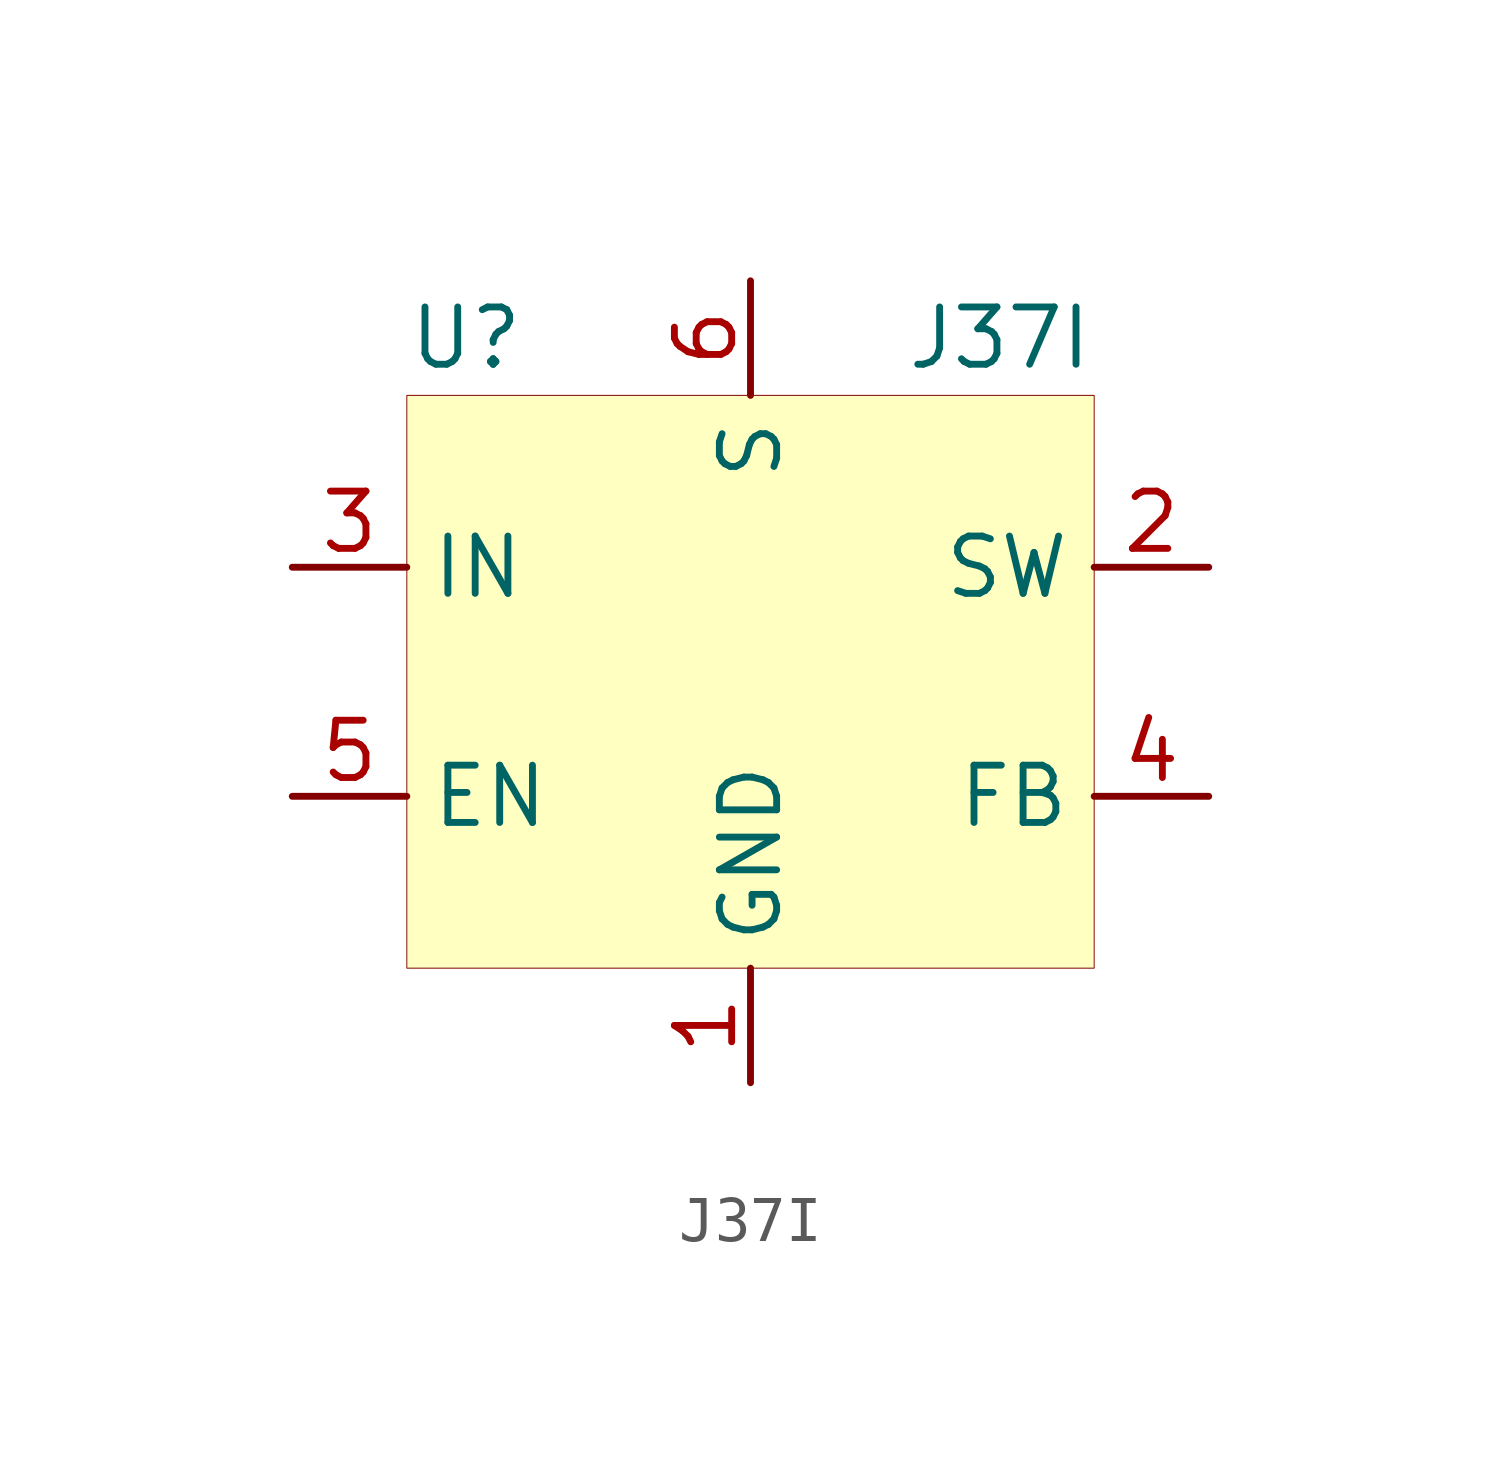
<source format=kicad_sym>
(kicad_symbol_lib
  (version 20201005)
  (generator kicad_symbol_editor)
  (symbol "dcdc:J37I"
    (property "Reference" "U"
      (at -7.62 10.16 0)
      (effects (font (size 1.27 1.27)) (justify left)))
    (property "Value" "J37I"
      (at 7.62 10.16 0)
      (effects (font (size 1.27 1.27)) (justify right)))
    (symbol "J37I_0_1"
      (rectangle (start -7.62 8.89) (end 7.62 -3.81) (stroke (width 0.001)) (fill (type background))))
    (symbol "J37I_1_1"
      (pin power_in line (at 0 -6.35 90) (length 2.54) (name "GND" (effects (font (size 1.27 1.27)))) (number "1" (effects (font (size 1.27 1.27)))))
      (pin unspecified line (at 10.16 5.08 180) (length 2.54) (name "SW" (effects (font (size 1.27 1.27)))) (number "2" (effects (font (size 1.27 1.27)))))
      (pin unspecified line (at 10.16 0 180) (length 2.54) (name "FB" (effects (font (size 1.27 1.27)))) (number "4" (effects (font (size 1.27 1.27)))))
      (pin unspecified line (at 0 11.43 270) (length 2.54) (name "S" (effects (font (size 1.27 1.27)))) (number "6" (effects (font (size 1.27 1.27)))))
      (pin power_in line (at -10.16 5.08 0) (length 2.54) (name "IN" (effects (font (size 1.27 1.27)))) (number "3" (effects (font (size 1.27 1.27)))))
      (pin input line (at -10.16 0 0) (length 2.54) (name "EN" (effects (font (size 1.27 1.27)))) (number "5" (effects (font (size 1.27 1.27))))))))
</source>
